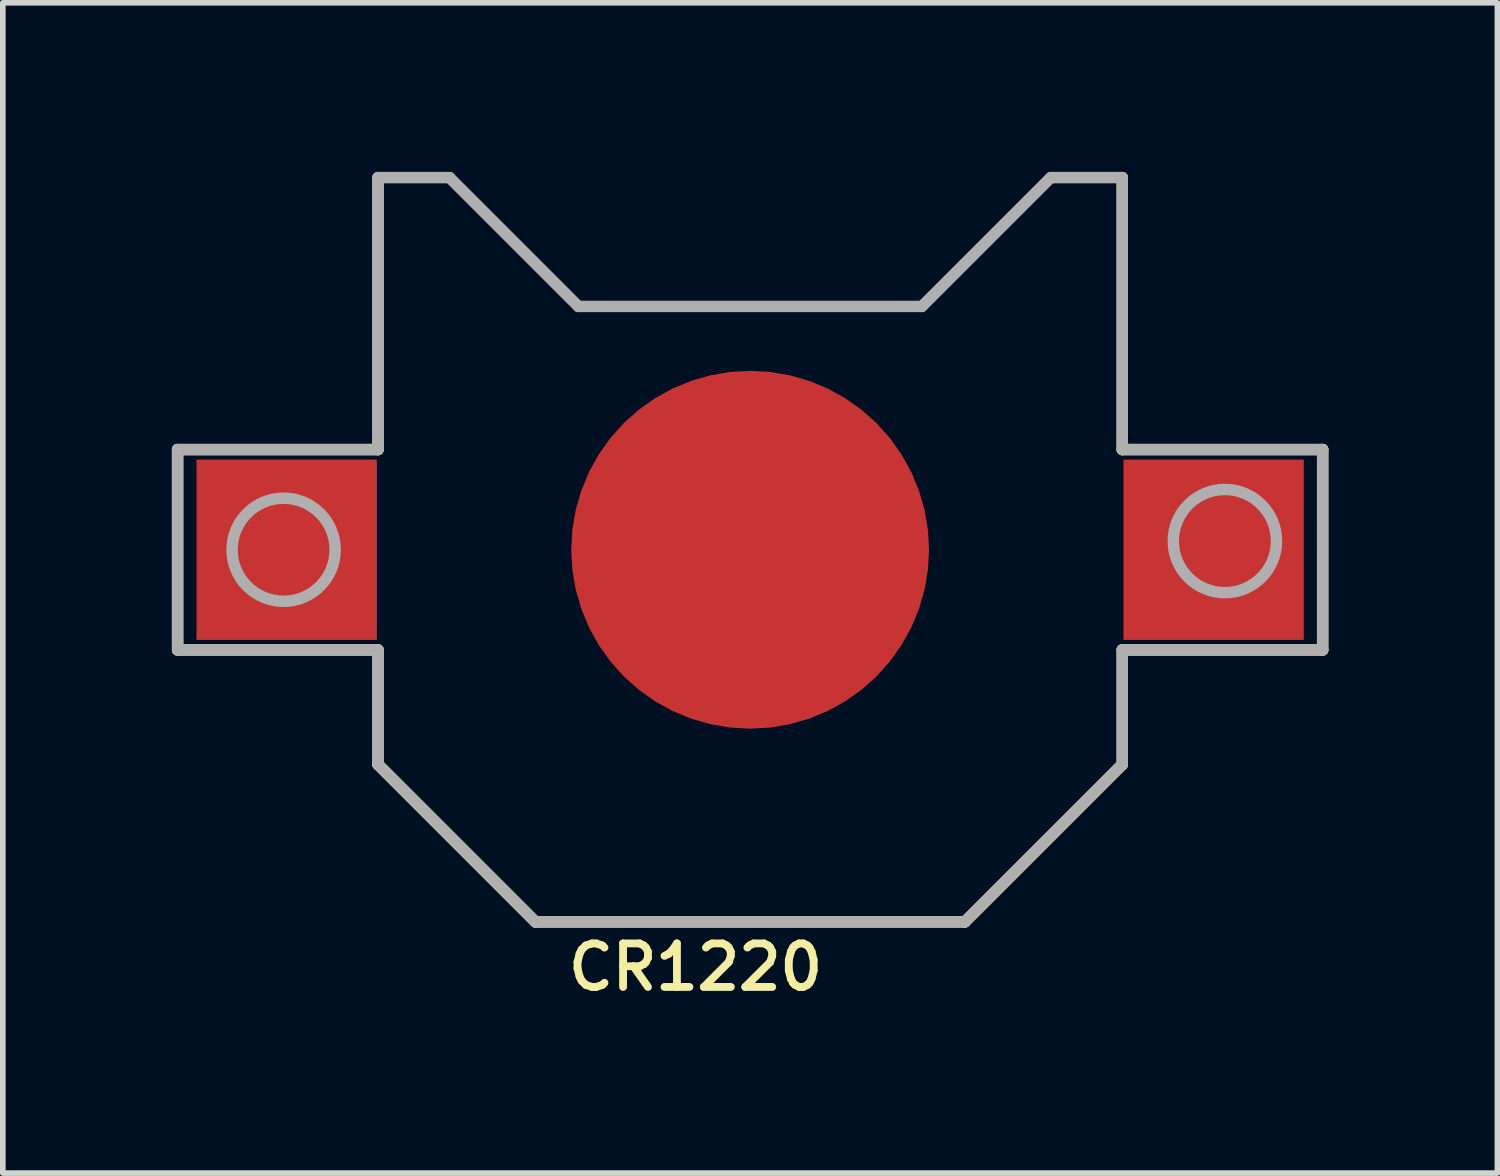
<source format=kicad_pcb>
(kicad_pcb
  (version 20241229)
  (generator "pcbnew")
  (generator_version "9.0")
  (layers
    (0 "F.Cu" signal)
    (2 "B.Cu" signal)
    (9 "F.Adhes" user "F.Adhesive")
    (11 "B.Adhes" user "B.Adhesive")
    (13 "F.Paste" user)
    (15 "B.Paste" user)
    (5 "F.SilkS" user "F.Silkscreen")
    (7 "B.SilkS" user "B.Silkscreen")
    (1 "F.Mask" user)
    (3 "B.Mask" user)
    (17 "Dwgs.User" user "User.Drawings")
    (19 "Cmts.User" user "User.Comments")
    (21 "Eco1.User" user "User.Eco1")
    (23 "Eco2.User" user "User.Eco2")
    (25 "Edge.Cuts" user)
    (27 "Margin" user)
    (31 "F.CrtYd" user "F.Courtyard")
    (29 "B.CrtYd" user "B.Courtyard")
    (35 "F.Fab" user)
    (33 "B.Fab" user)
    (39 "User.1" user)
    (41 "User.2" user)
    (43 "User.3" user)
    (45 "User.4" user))
  (footprint "CR1220"
    (layer "F.Cu")
    (at 10.262 6.706)
    (property "Reference" "CR1220" (at -3.302 7.86 0) (layer "F.SilkS") (effects (font (size 0.772 0.772) (thickness 0.139)) (justify left bottom)))
    (attr through_hole)
    (fp_circle (center 0 0) (end 3.141 0) (stroke (width 6.282) (type solid)) (fill no) (layer "F.Mask"))
    (fp_line (start -10.16 -1.778) (end -10.16 1.778) (stroke (width 0.203) (type solid)) (layer "F.SilkS"))
    (fp_line (start -10.16 1.778) (end -6.604 1.778) (stroke (width 0.203) (type solid)) (layer "F.SilkS"))
    (fp_line (start -6.604 -6.604) (end -6.604 -1.778) (stroke (width 0.203) (type solid)) (layer "F.SilkS"))
    (fp_line (start -6.604 -1.778) (end -10.16 -1.778) (stroke (width 0.203) (type solid)) (layer "F.SilkS"))
    (fp_line (start -6.604 1.778) (end -6.604 3.81) (stroke (width 0.203) (type solid)) (layer "F.SilkS"))
    (fp_line (start -6.604 3.81) (end -3.81 6.604) (stroke (width 0.203) (type solid)) (layer "F.SilkS"))
    (fp_line (start -3.81 6.604) (end 3.81 6.604) (stroke (width 0.203) (type solid)) (layer "F.SilkS"))
    (fp_line (start 3.81 6.604) (end 6.604 3.81) (stroke (width 0.203) (type solid)) (layer "F.SilkS"))
    (fp_line (start 6.604 -1.778) (end 6.604 -6.604) (stroke (width 0.203) (type solid)) (layer "F.SilkS"))
    (fp_line (start 6.604 1.778) (end 10.16 1.778) (stroke (width 0.203) (type solid)) (layer "F.SilkS"))
    (fp_line (start 6.604 3.81) (end 6.604 1.778) (stroke (width 0.203) (type solid)) (layer "F.SilkS"))
    (fp_line (start 10.16 -1.778) (end 6.604 -1.778) (stroke (width 0.203) (type solid)) (layer "F.SilkS"))
    (fp_line (start 10.16 1.778) (end 10.16 -1.778) (stroke (width 0.203) (type solid)) (layer "F.SilkS"))
    (fp_line (start -10.16 -1.778) (end -10.16 1.778) (stroke (width 0.203) (type solid)) (layer "F.Fab"))
    (fp_line (start -10.16 1.778) (end -6.604 1.778) (stroke (width 0.203) (type solid)) (layer "F.Fab"))
    (fp_line (start -6.604 -6.604) (end -6.604 -1.778) (stroke (width 0.203) (type solid)) (layer "F.Fab"))
    (fp_line (start -6.604 -1.778) (end -10.16 -1.778) (stroke (width 0.203) (type solid)) (layer "F.Fab"))
    (fp_line (start -6.604 1.778) (end -6.604 3.81) (stroke (width 0.203) (type solid)) (layer "F.Fab"))
    (fp_line (start -6.604 3.81) (end -3.81 6.604) (stroke (width 0.203) (type solid)) (layer "F.Fab"))
    (fp_line (start -5.334 -6.604) (end -6.604 -6.604) (stroke (width 0.203) (type solid)) (layer "F.Fab"))
    (fp_line (start -3.81 6.604) (end 3.81 6.604) (stroke (width 0.203) (type solid)) (layer "F.Fab"))
    (fp_line (start -3.048 -4.318) (end -5.334 -6.604) (stroke (width 0.203) (type solid)) (layer "F.Fab"))
    (fp_line (start 3.048 -4.318) (end -3.048 -4.318) (stroke (width 0.203) (type solid)) (layer "F.Fab"))
    (fp_line (start 3.81 6.604) (end 6.604 3.81) (stroke (width 0.203) (type solid)) (layer "F.Fab"))
    (fp_line (start 5.334 -6.604) (end 3.048 -4.318) (stroke (width 0.203) (type solid)) (layer "F.Fab"))
    (fp_line (start 6.604 -6.604) (end 5.334 -6.604) (stroke (width 0.203) (type solid)) (layer "F.Fab"))
    (fp_line (start 6.604 -1.778) (end 6.604 -6.604) (stroke (width 0.203) (type solid)) (layer "F.Fab"))
    (fp_line (start 6.604 1.778) (end 10.16 1.778) (stroke (width 0.203) (type solid)) (layer "F.Fab"))
    (fp_line (start 6.604 3.81) (end 6.604 1.778) (stroke (width 0.203) (type solid)) (layer "F.Fab"))
    (fp_line (start 10.16 -1.778) (end 6.604 -1.778) (stroke (width 0.203) (type solid)) (layer "F.Fab"))
    (fp_line (start 10.16 1.778) (end 10.16 -1.778) (stroke (width 0.203) (type solid)) (layer "F.Fab"))
    (fp_circle (center -8.279 0) (end -7.364 0) (stroke (width 0.203) (type solid)) (fill no) (layer "F.Fab"))
    (fp_circle (center 8.425 -0.154) (end 9.341 -0.154) (stroke (width 0.203) (type solid)) (fill no) (layer "F.Fab"))
    (pad "+$1" smd rect (at -8.225 0) (size 3.2 3.2) (layers "F.Cu" "F.Mask" "F.Paste"))
    (pad "+$2" smd rect (at 8.225 0) (size 3.2 3.2) (layers "F.Cu" "F.Mask" "F.Paste"))
    (pad "-" smd roundrect (at 0 0) (size 6.35 6.35) (layers "F.Cu" "F.Mask") (roundrect_rratio 0.5)))
  (gr_rect
    (start -3 -3)
    (end 23.523 17.768)
    (stroke (width 0.1) (type default))
    (fill no)
    (layer "Edge.Cuts")))
</source>
